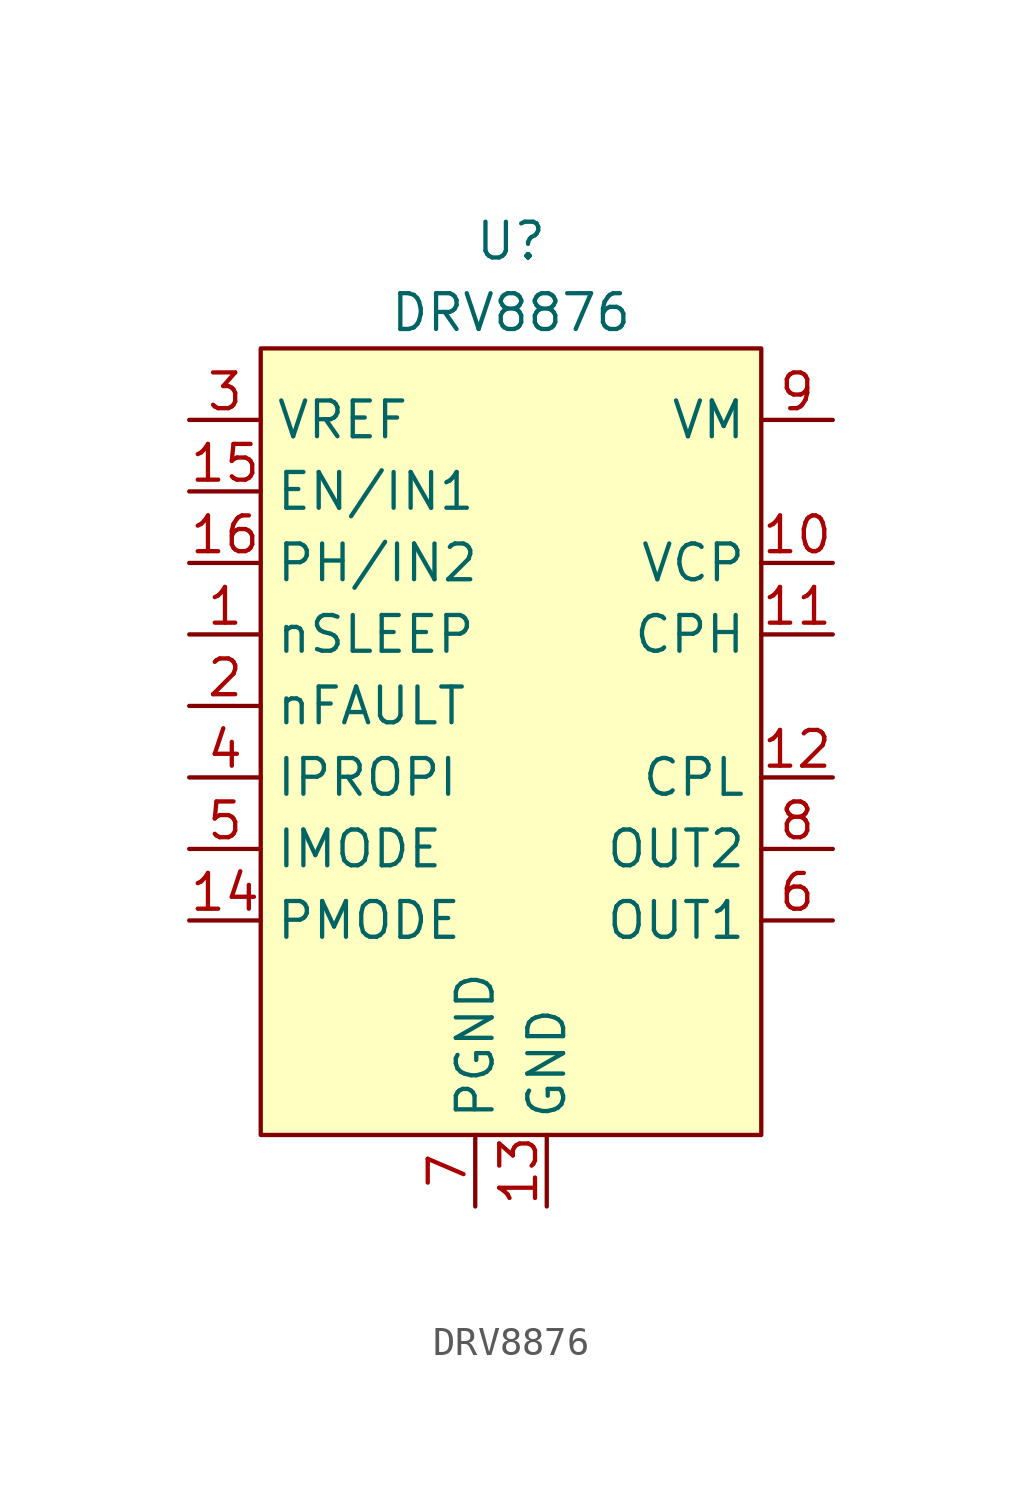
<source format=kicad_sym>
(kicad_symbol_lib
  (version 20211014)
  (generator kicad_symbol_editor)
  (symbol "DRV8876"
    (property "Reference" "U"
      (at 0 17.78 0)
      (effects (font (size 1.27 1.27))))
    (property "Value" "DRV8876"
      (at 0 15.24 0)
      (effects (font (size 1.27 1.27))))
    (symbol "DRV8876_0_1"
      (rectangle (start -8.89 13.97) (end 8.89 -13.97) (stroke (width 0) (type default) (color 0 0 0 0)) (fill (type background))))
    (symbol "DRV8876_1_1"
      (pin input line (at -11.43 3.81 0) (length 2.54) (name "nSLEEP" (effects (font (size 1.27 1.27)))) (number "1" (effects (font (size 1.27 1.27)))))
      (pin output line (at 11.43 6.35 180) (length 2.54) (name "VCP" (effects (font (size 1.27 1.27)))) (number "10" (effects (font (size 1.27 1.27)))))
      (pin output line (at 11.43 3.81 180) (length 2.54) (name "CPH" (effects (font (size 1.27 1.27)))) (number "11" (effects (font (size 1.27 1.27)))))
      (pin output line (at 11.43 -1.27 180) (length 2.54) (name "CPL" (effects (font (size 1.27 1.27)))) (number "12" (effects (font (size 1.27 1.27)))))
      (pin power_out line (at 1.27 -16.51 90) (length 2.54) (name "GND" (effects (font (size 1.27 1.27)))) (number "13" (effects (font (size 1.27 1.27)))))
      (pin input line (at -11.43 -6.35 0) (length 2.54) (name "PMODE" (effects (font (size 1.27 1.27)))) (number "14" (effects (font (size 1.27 1.27)))))
      (pin input line (at -11.43 8.89 0) (length 2.54) (name "EN/IN1" (effects (font (size 1.27 1.27)))) (number "15" (effects (font (size 1.27 1.27)))))
      (pin input line (at -11.43 6.35 0) (length 2.54) (name "PH/IN2" (effects (font (size 1.27 1.27)))) (number "16" (effects (font (size 1.27 1.27)))))
      (pin open_collector line (at -11.43 1.27 0) (length 2.54) (name "nFAULT" (effects (font (size 1.27 1.27)))) (number "2" (effects (font (size 1.27 1.27)))))
      (pin power_in line (at -11.43 11.43 0) (length 2.54) (name "VREF" (effects (font (size 1.27 1.27)))) (number "3" (effects (font (size 1.27 1.27)))))
      (pin output line (at -11.43 -1.27 0) (length 2.54) (name "IPROPI" (effects (font (size 1.27 1.27)))) (number "4" (effects (font (size 1.27 1.27)))))
      (pin input line (at -11.43 -3.81 0) (length 2.54) (name "IMODE" (effects (font (size 1.27 1.27)))) (number "5" (effects (font (size 1.27 1.27)))))
      (pin output line (at 11.43 -6.35 180) (length 2.54) (name "OUT1" (effects (font (size 1.27 1.27)))) (number "6" (effects (font (size 1.27 1.27)))))
      (pin power_out line (at -1.27 -16.51 90) (length 2.54) (name "PGND" (effects (font (size 1.27 1.27)))) (number "7" (effects (font (size 1.27 1.27)))))
      (pin output line (at 11.43 -3.81 180) (length 2.54) (name "OUT2" (effects (font (size 1.27 1.27)))) (number "8" (effects (font (size 1.27 1.27)))))
      (pin power_in line (at 11.43 11.43 180) (length 2.54) (name "VM" (effects (font (size 1.27 1.27)))) (number "9" (effects (font (size 1.27 1.27))))))))
</source>
